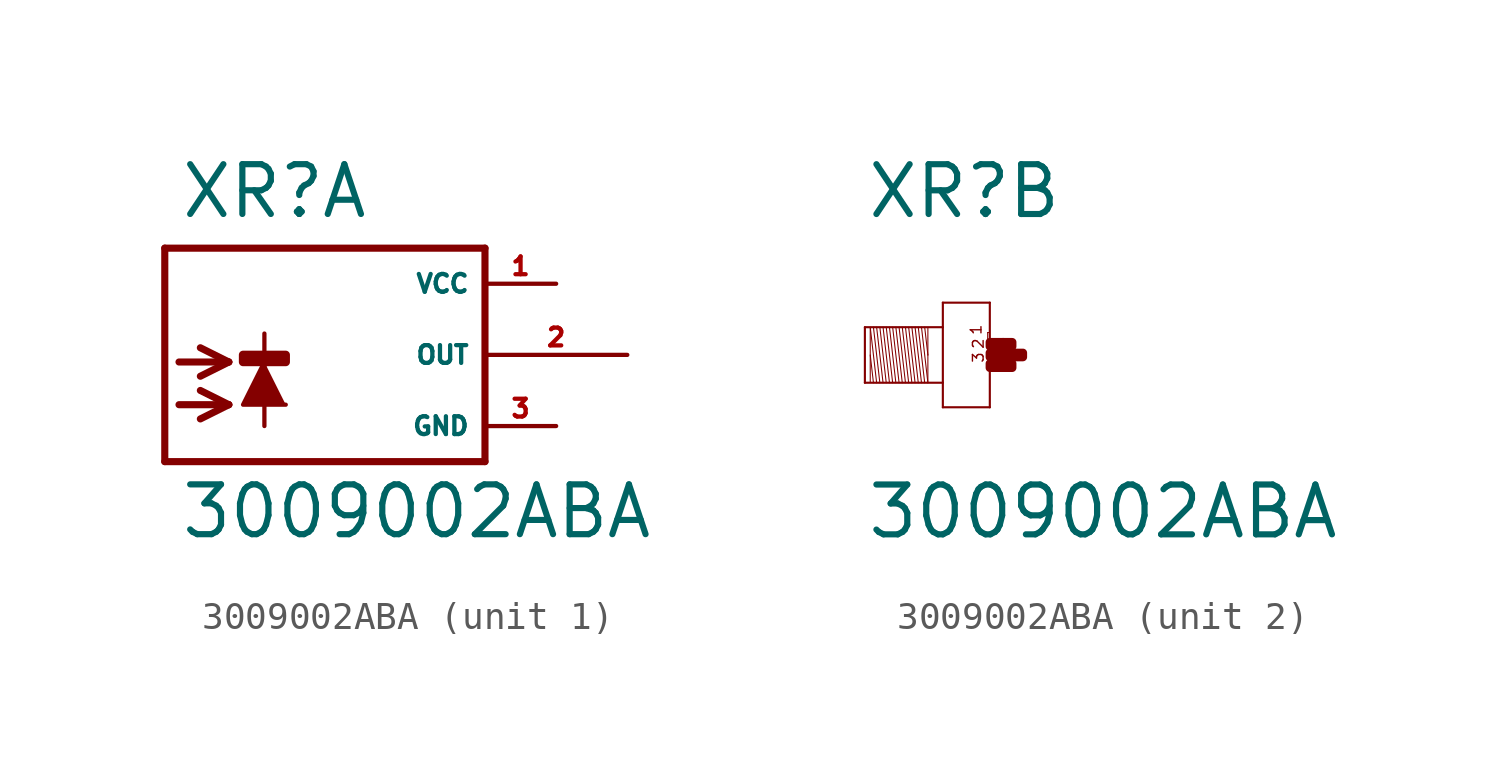
<source format=kicad_sym>
(kicad_symbol_lib
  (version 20220914)
  (generator Eagle2Kicad)
  (symbol "3009002ABA"
    (property "Reference" "XR"
      (at -3.302 4.801 0)
      (effects (font (size 1.778 1.778) (thickness 0.22)) (justify left bottom)))
    (property "Value" "3009002ABA"
      (at -3.302 -6.629 0)
      (effects (font (size 1.778 1.778) (thickness 0.22)) (justify left bottom)))
    (symbol "3009002ABA_1_0"
      (polyline (pts (xy -0.254 -0.254) (xy -1.016 -1.778) (xy 0.508 -1.778)) (stroke (width 0.152) (type default)) (fill (type outline)))
      (polyline (pts (xy -3.302 -0.254) (xy -1.524 -0.254)) (stroke (width 0.254) (type default)) (fill (type none)))
      (polyline (pts (xy -1.524 -0.254) (xy -2.54 -0.762)) (stroke (width 0.254) (type default)) (fill (type none)))
      (polyline (pts (xy -1.524 -0.254) (xy -2.54 0.254)) (stroke (width 0.254) (type default)) (fill (type none)))
      (polyline (pts (xy -3.302 -1.778) (xy -1.524 -1.778)) (stroke (width 0.254) (type default)) (fill (type none)))
      (polyline (pts (xy -1.524 -1.778) (xy -2.54 -2.286)) (stroke (width 0.254) (type default)) (fill (type none)))
      (polyline (pts (xy -1.524 -1.778) (xy -2.54 -1.27)) (stroke (width 0.254) (type default)) (fill (type none)))
      (polyline (pts (xy -0.254 0.762) (xy -0.254 -2.54)) (stroke (width 0.152) (type default)) (fill (type none)))
      (polyline (pts (xy 7.62 3.81) (xy -3.81 3.81)) (stroke (width 0.254) (type default)) (fill (type none)))
      (polyline (pts (xy -3.81 3.81) (xy -3.81 -3.81)) (stroke (width 0.254) (type default)) (fill (type none)))
      (polyline (pts (xy -3.81 -3.81) (xy 7.62 -3.81)) (stroke (width 0.254) (type default)) (fill (type none)))
      (polyline (pts (xy 7.62 -3.81) (xy 7.62 3.81)) (stroke (width 0.254) (type default)) (fill (type none)))
      (rectangle (start -1.016 -0.254) (end 0.508 0) (stroke (width 0.3) (type default)) (fill (type outline)))
      (pin unspecified line (at 10.16 2.54 180) (length 2.54) (name "VCC" (effects (font (size 0.635 0.635) (thickness 0.08)) (justify left bottom))) (number "1" (effects (font (size 0.635 0.635) (thickness 0.08)) (justify left bottom))))
      (pin unspecified line (at 10.16 -2.54 180) (length 2.54) (name "GND" (effects (font (size 0.635 0.635) (thickness 0.08)) (justify left bottom))) (number "3" (effects (font (size 0.635 0.635) (thickness 0.08)) (justify left bottom))))
      (pin output line (at 12.7 0 180) (length 5.08) (name "OUT" (effects (font (size 0.635 0.635) (thickness 0.08)) (justify left bottom))) (number "2" (effects (font (size 0.635 0.635) (thickness 0.08)) (justify left bottom)))))
    (symbol "3009002ABA_2_0"
      (polyline (pts (xy -1.067 0.953) (xy -1.067 0)) (stroke (width 0.038) (type default)) (fill (type none)))
      (polyline (pts (xy -1.067 0) (xy -1.067 -0.991)) (stroke (width 0.038) (type default)) (fill (type none)))
      (polyline (pts (xy -1.067 -0.991) (xy -1.295 0.991)) (stroke (width 0.038) (type default)) (fill (type none)))
      (polyline (pts (xy -1.181 0.991) (xy -1.067 0)) (stroke (width 0.038) (type default)) (fill (type none)))
      (polyline (pts (xy -1.181 -0.991) (xy -1.41 0.991)) (stroke (width 0.038) (type default)) (fill (type none)))
      (polyline (pts (xy -1.295 -0.991) (xy -1.524 0.991)) (stroke (width 0.038) (type default)) (fill (type none)))
      (polyline (pts (xy -1.41 -0.991) (xy -1.638 0.991)) (stroke (width 0.038) (type default)) (fill (type none)))
      (polyline (pts (xy -1.524 -0.991) (xy -1.753 0.991)) (stroke (width 0.038) (type default)) (fill (type none)))
      (polyline (pts (xy -1.638 -0.991) (xy -1.867 0.991)) (stroke (width 0.038) (type default)) (fill (type none)))
      (polyline (pts (xy -1.753 -0.991) (xy -1.981 0.991)) (stroke (width 0.038) (type default)) (fill (type none)))
      (polyline (pts (xy -1.867 -0.991) (xy -2.095 0.991)) (stroke (width 0.038) (type default)) (fill (type none)))
      (polyline (pts (xy -1.981 -0.991) (xy -2.21 0.991)) (stroke (width 0.038) (type default)) (fill (type none)))
      (polyline (pts (xy -2.095 -0.991) (xy -2.324 0.991)) (stroke (width 0.038) (type default)) (fill (type none)))
      (polyline (pts (xy -2.21 -0.991) (xy -2.438 0.991)) (stroke (width 0.038) (type default)) (fill (type none)))
      (polyline (pts (xy -2.324 -0.991) (xy -2.553 0.991)) (stroke (width 0.038) (type default)) (fill (type none)))
      (polyline (pts (xy -2.438 -0.991) (xy -2.667 0.991)) (stroke (width 0.038) (type default)) (fill (type none)))
      (polyline (pts (xy -2.553 -0.991) (xy -2.781 0.991)) (stroke (width 0.038) (type default)) (fill (type none)))
      (polyline (pts (xy -2.667 -0.991) (xy -2.896 0.991)) (stroke (width 0.038) (type default)) (fill (type none)))
      (polyline (pts (xy -2.781 -0.991) (xy -3.01 0.991)) (stroke (width 0.038) (type default)) (fill (type none)))
      (polyline (pts (xy -2.896 -0.991) (xy -3.124 0.991)) (stroke (width 0.038) (type default)) (fill (type none)))
      (polyline (pts (xy -3.124 0) (xy -3.01 -0.991)) (stroke (width 0.038) (type default)) (fill (type none)))
      (polyline (pts (xy -3.124 0.953) (xy -3.124 -0.953)) (stroke (width 0.038) (type default)) (fill (type none)))
      (polyline (pts (xy -3.315 -0.991) (xy -3.315 0.991)) (stroke (width 0.076) (type default)) (fill (type none)))
      (polyline (pts (xy -3.315 0.991) (xy -0.533 0.991)) (stroke (width 0.076) (type default)) (fill (type none)))
      (polyline (pts (xy -0.533 -0.991) (xy -3.315 -0.991)) (stroke (width 0.076) (type default)) (fill (type none)))
      (polyline (pts (xy -0.533 1.867) (xy -0.533 -1.867)) (stroke (width 0.076) (type default)) (fill (type none)))
      (polyline (pts (xy -0.533 -1.867) (xy 1.143 -1.867)) (stroke (width 0.076) (type default)) (fill (type none)))
      (polyline (pts (xy 1.143 -1.867) (xy 1.143 1.867)) (stroke (width 0.076) (type default)) (fill (type none)))
      (polyline (pts (xy 1.143 1.867) (xy -0.533 1.867)) (stroke (width 0.076) (type default)) (fill (type none)))
      (polyline (pts (xy 1.067 0.8) (xy 1.105 0.8)) (stroke (width 0.038) (type default)) (fill (type none)))
      (polyline (pts (xy 1.105 0.495) (xy 1.067 0.495)) (stroke (width 0.038) (type default)) (fill (type none)))
      (polyline (pts (xy 1.067 0.495) (xy 1.067 0.8)) (stroke (width 0.038) (type default)) (fill (type none)))
      (text "1" (at 0.876 0.686 1800) (effects (font (size 0.381 0.381) (thickness 0.05)) (justify left bottom)))
      (text "2" (at 0.953 0.191 1800) (effects (font (size 0.381 0.381) (thickness 0.05)) (justify left bottom)))
      (text "3" (at 0.953 -0.305 1800) (effects (font (size 0.381 0.381) (thickness 0.05)) (justify left bottom)))
      (rectangle (start 1.143 -0.457) (end 1.638 -0.305) (stroke (width 0.3) (type default)) (fill (type outline)))
      (rectangle (start 1.143 -0.076) (end 2.019 0.076) (stroke (width 0.3) (type default)) (fill (type outline)))
      (rectangle (start 1.6 -0.457) (end 1.943 -0.305) (stroke (width 0.3) (type default)) (fill (type outline)))
      (rectangle (start 1.981 -0.076) (end 2.324 0.076) (stroke (width 0.3) (type default)) (fill (type outline)))
      (rectangle (start 1.6 0.305) (end 1.943 0.457) (stroke (width 0.3) (type default)) (fill (type outline)))
      (rectangle (start 1.143 0.305) (end 1.638 0.457) (stroke (width 0.3) (type default)) (fill (type outline))))))
</source>
